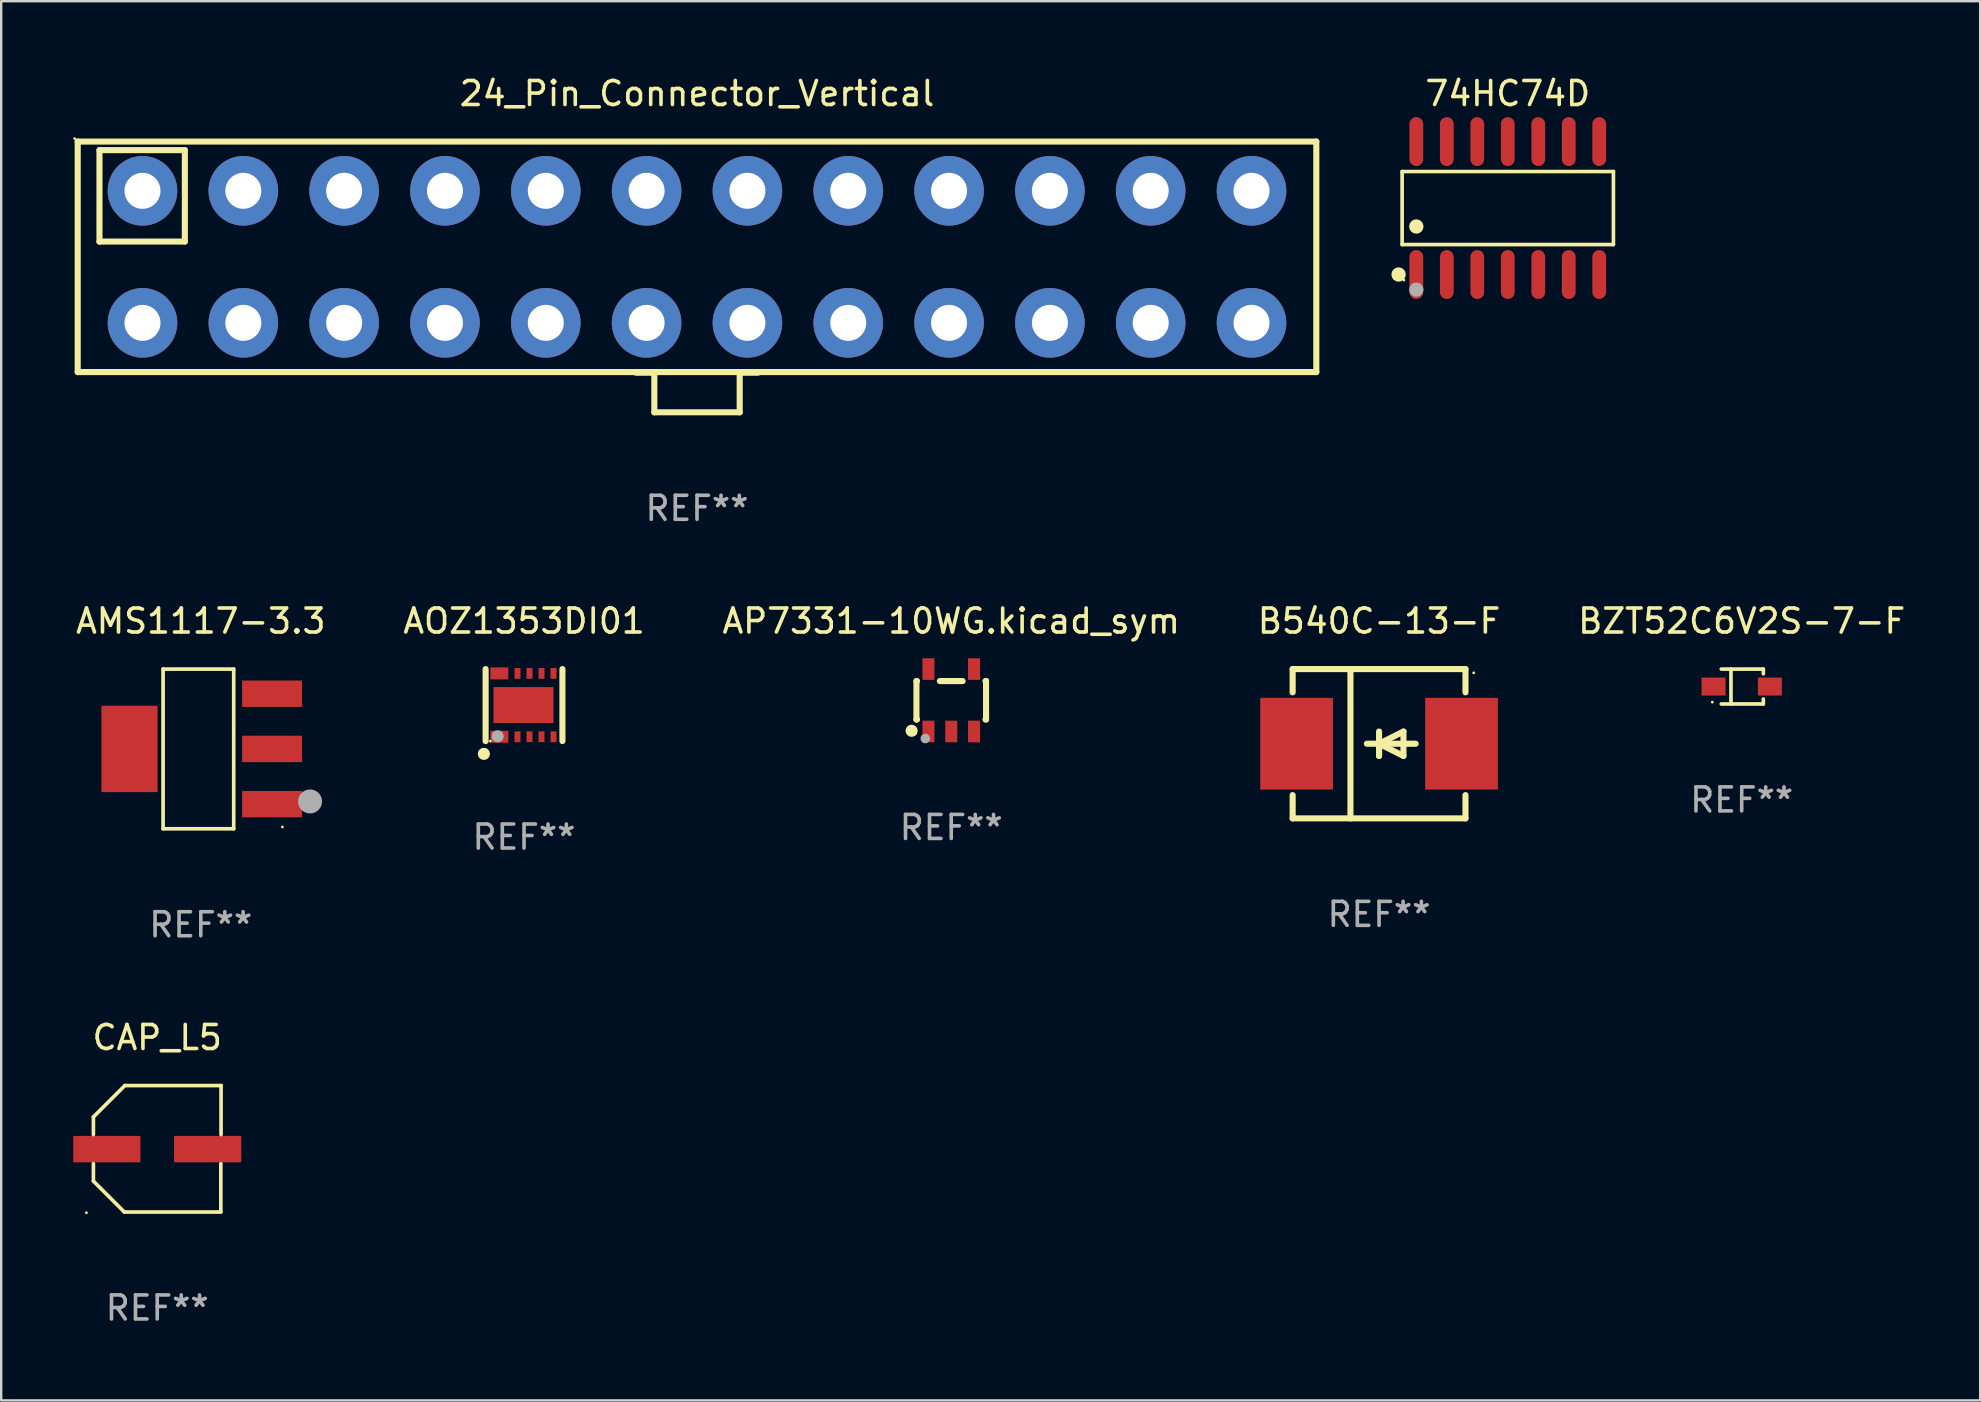
<source format=kicad_pcb>
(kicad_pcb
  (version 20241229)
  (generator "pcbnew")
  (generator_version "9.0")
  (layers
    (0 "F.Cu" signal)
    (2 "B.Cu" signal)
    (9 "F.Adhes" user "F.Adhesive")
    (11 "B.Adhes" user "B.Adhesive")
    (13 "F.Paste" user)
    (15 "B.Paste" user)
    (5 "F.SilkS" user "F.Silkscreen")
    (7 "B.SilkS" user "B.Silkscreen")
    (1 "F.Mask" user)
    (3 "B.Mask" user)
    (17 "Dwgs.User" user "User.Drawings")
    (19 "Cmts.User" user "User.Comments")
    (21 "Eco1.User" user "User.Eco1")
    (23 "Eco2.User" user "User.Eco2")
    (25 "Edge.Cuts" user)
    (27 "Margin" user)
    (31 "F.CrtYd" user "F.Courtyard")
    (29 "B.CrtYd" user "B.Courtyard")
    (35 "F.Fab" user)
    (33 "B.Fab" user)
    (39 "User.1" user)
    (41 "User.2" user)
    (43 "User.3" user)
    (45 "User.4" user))
  (footprint "AOZ1353DI01"
    (layer "F.Cu")
    (at 18.88 26.322)
    (property "Reference" "AOZ1353DI01" (at -0.1 -3.5 0) (layer "F.SilkS") (effects (font (size 1 1) (thickness 0.15))))
    (attr through_hole)
    (fp_line (start -1.7 -1.5) (end -1.7 1.5) (stroke (width 0.254) (type solid)) (layer "F.SilkS"))
    (fp_line (start 1.5 -1.5) (end 1.5 1.5) (stroke (width 0.254) (type solid)) (layer "F.SilkS"))
    (fp_circle (center -1.773 2.032) (end -1.646 2.032) (stroke (width 0.254) (type solid)) (fill no) (layer "F.SilkS"))
    (fp_circle (center -1.503 1.5) (end -1.473 1.5) (stroke (width 0.06) (type solid)) (fill no) (layer "F.SilkS"))
    (fp_circle (center -1.2 1.3) (end -1.073 1.3) (stroke (width 0.254) (type solid)) (fill no) (layer "F.Fab"))
    (fp_text user "REF**" (at -0.1 5.5 0) (layer "F.Fab") (effects (font (size 1 1) (thickness 0.15))))
    (pad "1" smd rect (at -1.128 1.32) (size 0.75 0.5) (layers "F.Cu" "F.Mask" "F.Paste"))
    (pad "3" smd rect (at -0.372 1.32) (size 0.25 0.45) (layers "F.Cu" "F.Mask" "F.Paste"))
    (pad "4" smd rect (at 0.128 1.32) (size 0.25 0.45) (layers "F.Cu" "F.Mask" "F.Paste"))
    (pad "5" smd rect (at 0.628 1.32) (size 0.25 0.45) (layers "F.Cu" "F.Mask" "F.Paste"))
    (pad "6" smd rect (at 1.128 1.32) (size 0.25 0.45) (layers "F.Cu" "F.Mask" "F.Paste"))
    (pad "7" smd rect (at 1.128 -1.32) (size 0.25 0.45) (layers "F.Cu" "F.Mask" "F.Paste"))
    (pad "8" smd rect (at 0.628 -1.32) (size 0.25 0.45) (layers "F.Cu" "F.Mask" "F.Paste"))
    (pad "9" smd rect (at 0.128 -1.32) (size 0.25 0.45) (layers "F.Cu" "F.Mask" "F.Paste"))
    (pad "10" smd rect (at -0.372 -1.32) (size 0.25 0.45) (layers "F.Cu" "F.Mask" "F.Paste"))
    (pad "12" smd rect (at -1.128 -1.32) (size 0.75 0.5) (layers "F.Cu" "F.Mask" "F.Paste"))
    (pad "13" smd rect (at -0.122 0) (size 2.5 1.5) (layers "F.Cu" "F.Mask" "F.Paste")))
  (footprint "CAP_L5"
    (layer "F.Cu")
    (at 3.5 44.821)
    (property "Reference" "CAP_L5" (at 0 -4.649 0) (layer "F.SilkS") (effects (font (size 1 1) (thickness 0.15))))
    (attr through_hole)
    (fp_line (start -2.659 -1.341) (end -2.659 -0.607) (stroke (width 0.152) (type solid)) (layer "F.SilkS"))
    (fp_line (start -2.659 1.331) (end -2.659 0.607) (stroke (width 0.152) (type solid)) (layer "F.SilkS"))
    (fp_line (start -1.372 2.619) (end -2.659 1.331) (stroke (width 0.152) (type solid)) (layer "F.SilkS"))
    (fp_line (start -1.349 -2.649) (end -2.659 -1.341) (stroke (width 0.152) (type solid)) (layer "F.SilkS"))
    (fp_line (start 2.649 0.607) (end 2.649 2.619) (stroke (width 0.152) (type solid)) (layer "F.SilkS"))
    (fp_line (start 2.649 2.619) (end -1.372 2.619) (stroke (width 0.152) (type solid)) (layer "F.SilkS"))
    (fp_line (start 2.659 -2.649) (end -1.349 -2.649) (stroke (width 0.152) (type solid)) (layer "F.SilkS"))
    (fp_line (start 2.659 -0.607) (end 2.659 -2.649) (stroke (width 0.152) (type solid)) (layer "F.SilkS"))
    (fp_circle (center -2.95 2.65) (end -2.92 2.65) (stroke (width 0.06) (type solid)) (fill no) (layer "F.SilkS"))
    (fp_text user "REF**" (at 0 6.619 0) (layer "F.Fab") (effects (font (size 1 1) (thickness 0.15))))
    (pad "1" smd rect (at -2.1 0) (size 2.8 1.1) (layers "F.Cu" "F.Mask" "F.Paste"))
    (pad "2" smd rect (at 2.1 0) (size 2.8 1.1) (layers "F.Cu" "F.Mask" "F.Paste")))
  (footprint "AMS1117-3.3"
    (layer "F.Cu")
    (at 5.315 28.149)
    (property "Reference" "AMS1117-3.3" (at -0.000013 -5.326 0) (layer "F.SilkS") (effects (font (size 1 1) (thickness 0.15))))
    (attr through_hole)
    (fp_line (start -1.571 -3.326) (end 1.371 -3.326) (stroke (width 0.152) (type solid)) (layer "F.SilkS"))
    (fp_line (start -1.571 3.326) (end -1.571 -3.326) (stroke (width 0.152) (type solid)) (layer "F.SilkS"))
    (fp_line (start 1.371 -3.326) (end 1.371 3.326) (stroke (width 0.152) (type solid)) (layer "F.SilkS"))
    (fp_line (start 1.371 3.326) (end -1.571 3.326) (stroke (width 0.152) (type solid)) (layer "F.SilkS"))
    (fp_circle (center 3.4 3.25) (end 3.43 3.25) (stroke (width 0.06) (type solid)) (fill no) (layer "F.SilkS"))
    (fp_circle (center 4.552 2.188) (end 4.802 2.188) (stroke (width 0.5) (type solid)) (fill no) (layer "F.Fab"))
    (fp_text user "REF**" (at -0.000013 7.326 0) (layer "F.Fab") (effects (font (size 1 1) (thickness 0.15))))
    (pad "1" smd rect (at 2.97 2.3) (size 2.5 1.1) (layers "F.Cu" "F.Mask" "F.Paste"))
    (pad "2" smd rect (at 2.97 0) (size 2.5 1.1) (layers "F.Cu" "F.Mask" "F.Paste"))
    (pad "3" smd rect (at 2.97 -2.3) (size 2.5 1.1) (layers "F.Cu" "F.Mask" "F.Paste"))
    (pad "4" smd rect (at -2.97 0) (size 2.34 3.6) (layers "F.Cu" "F.Mask" "F.Paste")))
  (footprint "BZT52C6V2S-7-F"
    (layer "F.Cu")
    (at 69.506 25.549)
    (property "Reference" "BZT52C6V2S-7-F" (at 0 -2.726 0) (layer "F.SilkS") (effects (font (size 1 1) (thickness 0.15))))
    (attr through_hole)
    (fp_line (start -0.851 -0.726) (end 0.901 -0.726) (stroke (width 0.152) (type solid)) (layer "F.SilkS"))
    (fp_line (start -0.851 0.726) (end 0.901 0.726) (stroke (width 0.152) (type solid)) (layer "F.SilkS"))
    (fp_line (start -0.447 -0.726) (end -0.447 0.726) (stroke (width 0.152) (type solid)) (layer "F.SilkS"))
    (fp_line (start 0.901 -0.726) (end 0.901 -0.53) (stroke (width 0.152) (type solid)) (layer "F.SilkS"))
    (fp_line (start 0.901 0.726) (end 0.901 0.52) (stroke (width 0.152) (type solid)) (layer "F.SilkS"))
    (fp_circle (center -1.225 0.65) (end -1.195 0.65) (stroke (width 0.06) (type solid)) (fill no) (layer "F.SilkS"))
    (fp_text user "REF**" (at 0 4.726 0) (layer "F.Fab") (effects (font (size 1 1) (thickness 0.15))))
    (pad "1" smd rect (at -1.173 0) (size 1 0.75) (layers "F.Cu" "F.Mask" "F.Paste"))
    (pad "2" smd rect (at 1.173 0) (size 1 0.75) (layers "F.Cu" "F.Mask" "F.Paste")))
  (footprint "74HC74D"
    (layer "F.Cu")
    (at 59.761 5.617)
    (property "Reference" "74HC74D" (at 0 -4.769 180) (layer "F.SilkS") (effects (font (size 1 1) (thickness 0.15))))
    (attr through_hole)
    (fp_line (start -4.401 -1.521) (end 4.401 -1.521) (stroke (width 0.152) (type solid)) (layer "F.SilkS"))
    (fp_line (start -4.401 1.521) (end -4.401 -1.521) (stroke (width 0.152) (type solid)) (layer "F.SilkS"))
    (fp_line (start 4.401 -1.521) (end 4.401 1.521) (stroke (width 0.152) (type solid)) (layer "F.SilkS"))
    (fp_line (start 4.401 1.521) (end -4.401 1.521) (stroke (width 0.152) (type solid)) (layer "F.SilkS"))
    (fp_circle (center -4.549 2.769) (end -4.399 2.769) (stroke (width 0.3) (type solid)) (fill no) (layer "F.SilkS"))
    (fp_circle (center -4.325 3) (end -4.295 3) (stroke (width 0.06) (type solid)) (fill no) (layer "F.SilkS"))
    (fp_circle (center -3.81 0.769) (end -3.66 0.769) (stroke (width 0.3) (type solid)) (fill no) (layer "F.SilkS"))
    (fp_circle (center -3.81 3.4) (end -3.66 3.4) (stroke (width 0.3) (type solid)) (fill no) (layer "F.Fab"))
    (pad "1" smd oval (at -3.81 2.769) (size 0.574 2.038) (layers "F.Cu" "F.Mask" "F.Paste"))
    (pad "2" smd oval (at -2.54 2.769) (size 0.574 2.038) (layers "F.Cu" "F.Mask" "F.Paste"))
    (pad "3" smd oval (at -1.27 2.769) (size 0.574 2.038) (layers "F.Cu" "F.Mask" "F.Paste"))
    (pad "4" smd oval (at 0 2.769) (size 0.574 2.038) (layers "F.Cu" "F.Mask" "F.Paste"))
    (pad "5" smd oval (at 1.27 2.769) (size 0.574 2.038) (layers "F.Cu" "F.Mask" "F.Paste"))
    (pad "6" smd oval (at 2.54 2.769) (size 0.574 2.038) (layers "F.Cu" "F.Mask" "F.Paste"))
    (pad "7" smd oval (at 3.81 2.769) (size 0.574 2.038) (layers "F.Cu" "F.Mask" "F.Paste"))
    (pad "8" smd oval (at 3.81 -2.769) (size 0.574 2.038) (layers "F.Cu" "F.Mask" "F.Paste"))
    (pad "9" smd oval (at 2.54 -2.769) (size 0.574 2.038) (layers "F.Cu" "F.Mask" "F.Paste"))
    (pad "10" smd oval (at 1.27 -2.769) (size 0.574 2.038) (layers "F.Cu" "F.Mask" "F.Paste"))
    (pad "11" smd oval (at 0 -2.769) (size 0.574 2.038) (layers "F.Cu" "F.Mask" "F.Paste"))
    (pad "12" smd oval (at -1.27 -2.769) (size 0.574 2.038) (layers "F.Cu" "F.Mask" "F.Paste"))
    (pad "13" smd oval (at -2.54 -2.769) (size 0.574 2.038) (layers "F.Cu" "F.Mask" "F.Paste"))
    (pad "14" smd oval (at -3.81 -2.769) (size 0.574 2.038) (layers "F.Cu" "F.Mask" "F.Paste")))
  (footprint "B540C-13-F"
    (layer "F.Cu")
    (at 54.399 27.932)
    (property "Reference" "B540C-13-F" (at -0.000025 -5.11 0) (layer "F.SilkS") (effects (font (size 1 1) (thickness 0.15))))
    (attr through_hole)
    (fp_line (start -3.6 -3.11) (end -3.6 -2.141) (stroke (width 0.254) (type solid)) (layer "F.SilkS"))
    (fp_line (start -3.6 -3.11) (end 3.6 -3.11) (stroke (width 0.254) (type solid)) (layer "F.SilkS"))
    (fp_line (start -3.6 2.141) (end -3.6 3.11) (stroke (width 0.254) (type solid)) (layer "F.SilkS"))
    (fp_line (start -3.6 3.11) (end 3.6 3.11) (stroke (width 0.254) (type solid)) (layer "F.SilkS"))
    (fp_line (start -1.192 -3.11) (end -1.192 3.11) (stroke (width 0.254) (type solid)) (layer "F.SilkS"))
    (fp_line (start -0.000025 0) (end -0.000025 0.508) (stroke (width 0.254) (type solid)) (layer "F.SilkS"))
    (fp_line (start -0.000025 0) (end 1.016 0.508) (stroke (width 0.254) (type solid)) (layer "F.SilkS"))
    (fp_line (start -0.000025 0.508) (end -0.000025 -0.508) (stroke (width 0.254) (type solid)) (layer "F.SilkS"))
    (fp_line (start 1.016 -0.508) (end -0.000025 0) (stroke (width 0.254) (type solid)) (layer "F.SilkS"))
    (fp_line (start 1.016 0.508) (end 1.016 -0.508) (stroke (width 0.254) (type solid)) (layer "F.SilkS"))
    (fp_line (start 1.524 0) (end -0.508 0) (stroke (width 0.254) (type solid)) (layer "F.SilkS"))
    (fp_line (start 3.6 -3.11) (end 3.6 -2.141) (stroke (width 0.254) (type solid)) (layer "F.SilkS"))
    (fp_line (start 3.6 2.141) (end 3.6 3.11) (stroke (width 0.254) (type solid)) (layer "F.SilkS"))
    (fp_circle (center 3.943 -2.952) (end 3.973 -2.952) (stroke (width 0.06) (type solid)) (fill no) (layer "F.SilkS"))
    (fp_text user "REF**" (at -0.000025 7.11 0) (layer "F.Fab") (effects (font (size 1 1) (thickness 0.15))))
    (pad "1" smd rect (at -3.435 0 180) (size 3.03 3.82) (layers "F.Cu" "F.Mask" "F.Paste"))
    (pad "2" smd rect (at 3.435 0 180) (size 3.03 3.82) (layers "F.Cu" "F.Mask" "F.Paste")))
  (footprint "AP7331-10WG.kicad_sym"
    (layer "F.Cu")
    (at 36.577 26.122)
    (property "Reference" "AP7331-10WG.kicad_sym" (at 0 -3.3 0) (layer "F.SilkS") (effects (font (size 1 1) (thickness 0.15))))
    (attr through_hole)
    (fp_line (start -1.45 0.8) (end -1.45 -0.8) (stroke (width 0.254) (type solid)) (layer "F.SilkS"))
    (fp_line (start -1.45 0.8) (end -1.426 0.8) (stroke (width 0.254) (type solid)) (layer "F.SilkS"))
    (fp_line (start -1.426 -0.8) (end -1.45 -0.8) (stroke (width 0.254) (type solid)) (layer "F.SilkS"))
    (fp_line (start 0.474 -0.8) (end -0.474 -0.8) (stroke (width 0.254) (type solid)) (layer "F.SilkS"))
    (fp_line (start 1.426 0.8) (end 1.45 0.8) (stroke (width 0.254) (type solid)) (layer "F.SilkS"))
    (fp_line (start 1.45 -0.8) (end 1.426 -0.8) (stroke (width 0.254) (type solid)) (layer "F.SilkS"))
    (fp_line (start 1.45 0.8) (end 1.45 -0.8) (stroke (width 0.254) (type solid)) (layer "F.SilkS"))
    (fp_circle (center -1.651 1.27) (end -1.524 1.27) (stroke (width 0.254) (type solid)) (fill no) (layer "F.SilkS"))
    (fp_circle (center -1.5 1.4) (end -1.47 1.4) (stroke (width 0.06) (type solid)) (fill no) (layer "F.SilkS"))
    (fp_circle (center -1.081 1.593) (end -0.981 1.593) (stroke (width 0.2) (type solid)) (fill no) (layer "F.Fab"))
    (fp_text user "REF**" (at 0 5.3 0) (layer "F.Fab") (effects (font (size 1 1) (thickness 0.15))))
    (pad "1" smd rect (at -0.95 1.3) (size 0.5 0.9) (layers "F.Cu" "F.Mask" "F.Paste"))
    (pad "2" smd rect (at 0 1.3) (size 0.5 0.9) (layers "F.Cu" "F.Mask" "F.Paste"))
    (pad "3" smd rect (at 0.95 1.3) (size 0.5 0.9) (layers "F.Cu" "F.Mask" "F.Paste"))
    (pad "4" smd rect (at 0.95 -1.3) (size 0.5 0.9) (layers "F.Cu" "F.Mask" "F.Paste"))
    (pad "5" smd rect (at -0.95 -1.3) (size 0.5 0.9) (layers "F.Cu" "F.Mask" "F.Paste")))
  (footprint "24_Pin_Connector_Vertical"
    (layer "F.Cu")
    (at 25.986 7.649)
    (property "Reference" "24_Pin_Connector_Vertical" (at 0 -6.801 0) (layer "F.SilkS") (effects (font (size 1 1) (thickness 0.15))))
    (attr through_hole)
    (fp_line (start -25.799 -4.801) (end -25.799 4.801) (stroke (width 0.254) (type solid)) (layer "F.SilkS"))
    (fp_line (start -25.799 -4.801) (end 25.799 -4.801) (stroke (width 0.254) (type solid)) (layer "F.SilkS"))
    (fp_line (start -25.799 4.801) (end 25.799 4.801) (stroke (width 0.254) (type solid)) (layer "F.SilkS"))
    (fp_line (start -24.892 -4.445) (end -21.336 -4.445) (stroke (width 0.254) (type solid)) (layer "F.SilkS"))
    (fp_line (start -24.892 -0.635) (end -24.892 -4.445) (stroke (width 0.254) (type solid)) (layer "F.SilkS"))
    (fp_line (start -21.336 -4.445) (end -21.336 -0.635) (stroke (width 0.254) (type solid)) (layer "F.SilkS"))
    (fp_line (start -21.336 -0.635) (end -24.892 -0.635) (stroke (width 0.254) (type solid)) (layer "F.SilkS"))
    (fp_line (start -2.54 4.826) (end -1.778 4.826) (stroke (width 0.254) (type solid)) (layer "F.SilkS"))
    (fp_line (start -1.778 4.826) (end -1.778 6.477) (stroke (width 0.254) (type solid)) (layer "F.SilkS"))
    (fp_line (start -1.778 6.477) (end 1.778 6.477) (stroke (width 0.254) (type solid)) (layer "F.SilkS"))
    (fp_line (start 1.778 4.826) (end 2.54 4.826) (stroke (width 0.254) (type solid)) (layer "F.SilkS"))
    (fp_line (start 1.778 6.477) (end 1.778 4.826) (stroke (width 0.254) (type solid)) (layer "F.SilkS"))
    (fp_line (start 25.799 -4.801) (end 25.799 4.801) (stroke (width 0.254) (type solid)) (layer "F.SilkS"))
    (fp_circle (center -25.926 -4.928) (end -25.896 -4.928) (stroke (width 0.06) (type solid)) (fill no) (layer "F.SilkS"))
    (fp_text user "REF**" (at 0 10.477 0) (layer "F.Fab") (effects (font (size 1 1) (thickness 0.15))))
    (pad "1" thru_hole circle (at -23.1 -2.75) (size 2.9 2.9) (drill 1.5) (layers "*.Cu" "*.Mask"))
    (pad "2" thru_hole circle (at -18.9 -2.75) (size 2.9 2.9) (drill 1.5) (layers "*.Cu" "*.Mask"))
    (pad "3" thru_hole circle (at -14.7 -2.75) (size 2.9 2.9) (drill 1.5) (layers "*.Cu" "*.Mask"))
    (pad "4" thru_hole circle (at -10.5 -2.75) (size 2.9 2.9) (drill 1.5) (layers "*.Cu" "*.Mask"))
    (pad "5" thru_hole circle (at -6.3 -2.75) (size 2.9 2.9) (drill 1.5) (layers "*.Cu" "*.Mask"))
    (pad "6" thru_hole circle (at -2.1 -2.75) (size 2.9 2.9) (drill 1.5) (layers "*.Cu" "*.Mask"))
    (pad "7" thru_hole circle (at 2.1 -2.75) (size 2.9 2.9) (drill 1.5) (layers "*.Cu" "*.Mask"))
    (pad "8" thru_hole circle (at 6.3 -2.75) (size 2.9 2.9) (drill 1.5) (layers "*.Cu" "*.Mask"))
    (pad "9" thru_hole circle (at 10.5 -2.75) (size 2.9 2.9) (drill 1.5) (layers "*.Cu" "*.Mask"))
    (pad "10" thru_hole circle (at 14.7 -2.75) (size 2.9 2.9) (drill 1.5) (layers "*.Cu" "*.Mask"))
    (pad "11" thru_hole circle (at 18.9 -2.75) (size 2.9 2.9) (drill 1.5) (layers "*.Cu" "*.Mask"))
    (pad "12" thru_hole circle (at 23.1 -2.75) (size 2.9 2.9) (drill 1.5) (layers "*.Cu" "*.Mask"))
    (pad "13" thru_hole circle (at -23.1 2.75) (size 2.9 2.9) (drill 1.5) (layers "*.Cu" "*.Mask"))
    (pad "14" thru_hole circle (at -18.9 2.75) (size 2.9 2.9) (drill 1.5) (layers "*.Cu" "*.Mask"))
    (pad "15" thru_hole circle (at -14.7 2.75) (size 2.9 2.9) (drill 1.5) (layers "*.Cu" "*.Mask"))
    (pad "16" thru_hole circle (at -10.5 2.75) (size 2.9 2.9) (drill 1.5) (layers "*.Cu" "*.Mask"))
    (pad "17" thru_hole circle (at -6.3 2.75) (size 2.9 2.9) (drill 1.5) (layers "*.Cu" "*.Mask"))
    (pad "18" thru_hole circle (at -2.1 2.75) (size 2.9 2.9) (drill 1.5) (layers "*.Cu" "*.Mask"))
    (pad "19" thru_hole circle (at 2.1 2.75) (size 2.9 2.9) (drill 1.5) (layers "*.Cu" "*.Mask"))
    (pad "20" thru_hole circle (at 6.3 2.75) (size 2.9 2.9) (drill 1.5) (layers "*.Cu" "*.Mask"))
    (pad "21" thru_hole circle (at 10.5 2.75) (size 2.9 2.9) (drill 1.5) (layers "*.Cu" "*.Mask"))
    (pad "22" thru_hole circle (at 14.7 2.75) (size 2.9 2.9) (drill 1.5) (layers "*.Cu" "*.Mask"))
    (pad "23" thru_hole circle (at 18.9 2.75) (size 2.9 2.9) (drill 1.5) (layers "*.Cu" "*.Mask"))
    (pad "24" thru_hole circle (at 23.1 2.75) (size 2.9 2.9) (drill 1.5) (layers "*.Cu" "*.Mask")))
  (gr_rect
    (start -3 -3)
    (end 79.44 55.288)
    (stroke (width 0.1) (type default))
    (fill no)
    (layer "Edge.Cuts")))
</source>
